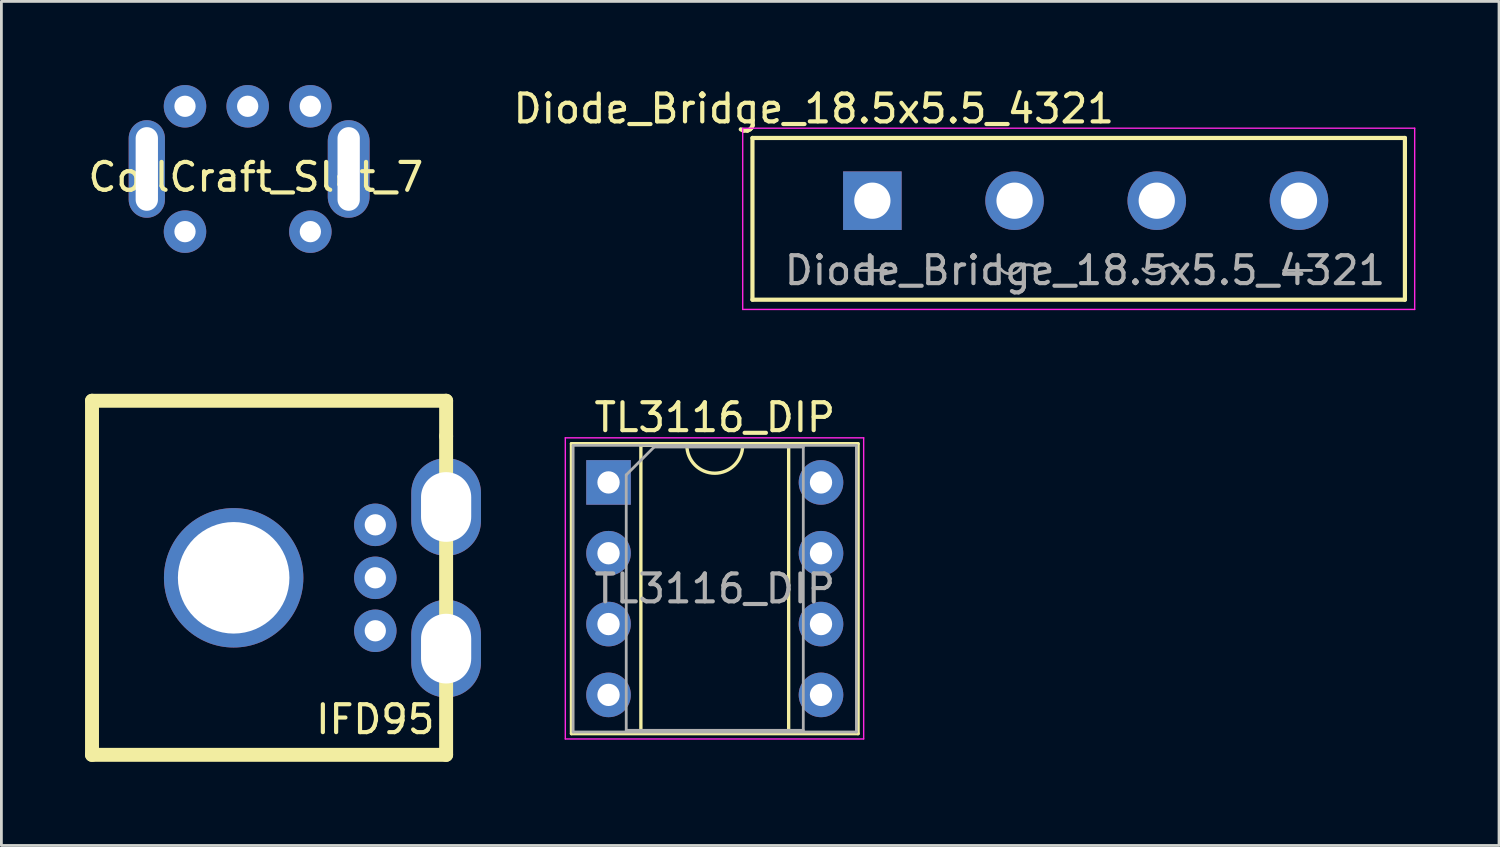
<source format=kicad_pcb>
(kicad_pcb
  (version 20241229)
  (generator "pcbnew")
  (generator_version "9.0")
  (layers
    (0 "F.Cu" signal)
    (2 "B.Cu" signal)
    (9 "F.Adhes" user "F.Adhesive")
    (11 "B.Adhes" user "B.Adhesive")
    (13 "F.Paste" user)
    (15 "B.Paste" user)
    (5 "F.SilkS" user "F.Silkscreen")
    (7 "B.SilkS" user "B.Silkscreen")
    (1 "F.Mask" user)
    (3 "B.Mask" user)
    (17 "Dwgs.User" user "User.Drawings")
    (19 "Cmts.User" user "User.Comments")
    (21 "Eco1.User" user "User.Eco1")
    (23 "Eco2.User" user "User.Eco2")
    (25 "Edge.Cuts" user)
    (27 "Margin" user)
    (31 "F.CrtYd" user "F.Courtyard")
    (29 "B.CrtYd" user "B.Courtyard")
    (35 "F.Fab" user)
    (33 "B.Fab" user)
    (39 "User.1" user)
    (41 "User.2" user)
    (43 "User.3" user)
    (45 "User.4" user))
  (footprint "CoilCraft_Slot_7"
    (layer "F.Cu")
    (at 6.125 3.302)
    (property "Reference" "CoilCraft_Slot_7" (at 0 0 0) (layer "F.SilkS") (effects (font (size 1 1) (thickness 0.15))))
    (attr through_hole)
    (pad "1" thru_hole circle (at -2.54 -2.54) (size 1.524 1.524) (drill 0.762) (layers "*.Cu" "*.Mask"))
    (pad "2" thru_hole circle (at -0.292 -2.54) (size 1.524 1.524) (drill 0.762) (layers "*.Cu" "*.Mask"))
    (pad "3" thru_hole circle (at 1.956 -2.54) (size 1.524 1.524) (drill 0.762) (layers "*.Cu" "*.Mask"))
    (pad "4" thru_hole circle (at -2.54 1.956) (size 1.524 1.524) (drill 0.762) (layers "*.Cu" "*.Mask"))
    (pad "5" thru_hole circle (at 1.956 1.956) (size 1.524 1.524) (drill 0.762) (layers "*.Cu" "*.Mask"))
    (pad "6" thru_hole oval (at -3.91 -0.292) (size 1.3 3.5) (drill oval 0.8 3) (layers "*.Cu" "*.Mask"))
    (pad "7" thru_hole oval (at 3.33 -0.292) (size 1.5 3.5) (drill oval 0.8 3) (layers "*.Cu" "*.Mask")))
  (footprint "TL3116_DIP"
    (layer "F.Cu")
    (at 18.775 14.252)
    (property "Reference" "TL3116_DIP" (at 3.81 -2.33 0) (layer "F.SilkS") (effects (font (size 1 1) (thickness 0.15))))
    (attr through_hole)
    (fp_line (start -1.33 -1.39) (end -1.33 9.01) (stroke (width 0.12) (type solid)) (layer "F.SilkS"))
    (fp_line (start -1.33 9.01) (end 8.95 9.01) (stroke (width 0.12) (type solid)) (layer "F.SilkS"))
    (fp_line (start 1.16 -1.33) (end 1.16 8.95) (stroke (width 0.12) (type solid)) (layer "F.SilkS"))
    (fp_line (start 1.16 8.95) (end 6.46 8.95) (stroke (width 0.12) (type solid)) (layer "F.SilkS"))
    (fp_line (start 2.81 -1.33) (end 1.16 -1.33) (stroke (width 0.12) (type solid)) (layer "F.SilkS"))
    (fp_line (start 6.46 -1.33) (end 4.81 -1.33) (stroke (width 0.12) (type solid)) (layer "F.SilkS"))
    (fp_line (start 6.46 8.95) (end 6.46 -1.33) (stroke (width 0.12) (type solid)) (layer "F.SilkS"))
    (fp_line (start 8.95 -1.39) (end -1.33 -1.39) (stroke (width 0.12) (type solid)) (layer "F.SilkS"))
    (fp_line (start 8.95 9.01) (end 8.95 -1.39) (stroke (width 0.12) (type solid)) (layer "F.SilkS"))
    (fp_arc (start 4.81 -1.33) (mid 3.81 -0.33) (end 2.81 -1.33) (stroke (width 0.12) (type solid)) (layer "F.SilkS"))
    (fp_line (start -1.55 -1.6) (end -1.55 9.2) (stroke (width 0.05) (type solid)) (layer "F.CrtYd"))
    (fp_line (start -1.55 9.2) (end 9.15 9.2) (stroke (width 0.05) (type solid)) (layer "F.CrtYd"))
    (fp_line (start 9.15 -1.6) (end -1.55 -1.6) (stroke (width 0.05) (type solid)) (layer "F.CrtYd"))
    (fp_line (start 9.15 9.2) (end 9.15 -1.6) (stroke (width 0.05) (type solid)) (layer "F.CrtYd"))
    (fp_line (start -1.27 -1.33) (end -1.27 8.95) (stroke (width 0.1) (type solid)) (layer "F.Fab"))
    (fp_line (start -1.27 8.95) (end 8.89 8.95) (stroke (width 0.1) (type solid)) (layer "F.Fab"))
    (fp_line (start 0.635 -0.27) (end 1.635 -1.27) (stroke (width 0.1) (type solid)) (layer "F.Fab"))
    (fp_line (start 0.635 8.89) (end 0.635 -0.27) (stroke (width 0.1) (type solid)) (layer "F.Fab"))
    (fp_line (start 1.635 -1.27) (end 6.985 -1.27) (stroke (width 0.1) (type solid)) (layer "F.Fab"))
    (fp_line (start 6.985 -1.27) (end 6.985 8.89) (stroke (width 0.1) (type solid)) (layer "F.Fab"))
    (fp_line (start 6.985 8.89) (end 0.635 8.89) (stroke (width 0.1) (type solid)) (layer "F.Fab"))
    (fp_line (start 8.89 -1.33) (end -1.27 -1.33) (stroke (width 0.1) (type solid)) (layer "F.Fab"))
    (fp_line (start 8.89 8.95) (end 8.89 -1.33) (stroke (width 0.1) (type solid)) (layer "F.Fab"))
    (fp_text user "${REFERENCE}" (at 3.81 3.81 0) (layer "F.Fab") (effects (font (size 1 1) (thickness 0.15))))
    (pad "1" thru_hole rect (at 0 0) (size 1.6 1.6) (drill 0.8) (layers "*.Cu" "*.Mask"))
    (pad "2" thru_hole oval (at 0 2.54) (size 1.6 1.6) (drill 0.8) (layers "*.Cu" "*.Mask"))
    (pad "3" thru_hole oval (at 0 5.08) (size 1.6 1.6) (drill 0.8) (layers "*.Cu" "*.Mask"))
    (pad "4" thru_hole oval (at 0 7.62) (size 1.6 1.6) (drill 0.8) (layers "*.Cu" "*.Mask"))
    (pad "5" thru_hole oval (at 7.62 7.62) (size 1.6 1.6) (drill 0.8) (layers "*.Cu" "*.Mask"))
    (pad "6" thru_hole oval (at 7.62 5.08) (size 1.6 1.6) (drill 0.8) (layers "*.Cu" "*.Mask"))
    (pad "7" thru_hole oval (at 7.62 2.54) (size 1.6 1.6) (drill 0.8) (layers "*.Cu" "*.Mask"))
    (pad "8" thru_hole oval (at 7.62 0) (size 1.6 1.6) (drill 0.8) (layers "*.Cu" "*.Mask")))
  (footprint "IFD95"
    (layer "F.Cu")
    (at 10.41 17.673)
    (property "Reference" "IFD95" (at 0 5.08 0) (layer "F.SilkS") (effects (font (size 1 1) (thickness 0.15))))
    (attr through_hole)
    (fp_line (start -10.16 6.35) (end -10.16 -6.35) (stroke (width 0.5) (type solid)) (layer "F.SilkS"))
    (fp_line (start -5.08 0) (end -3.81 0) (stroke (width 0.5) (type solid)) (layer "F.SilkS"))
    (fp_line (start -3.81 0) (end -5.08 -1.27) (stroke (width 0.5) (type solid)) (layer "F.SilkS"))
    (fp_line (start -3.81 0) (end -5.08 1.27) (stroke (width 0.5) (type solid)) (layer "F.SilkS"))
    (fp_line (start 2.54 -6.35) (end -10.16 -6.35) (stroke (width 0.5) (type solid)) (layer "F.SilkS"))
    (fp_line (start 2.54 -6.35) (end 2.54 -5.08) (stroke (width 0.5) (type solid)) (layer "F.SilkS"))
    (fp_line (start 2.54 -5.08) (end 2.54 6.35) (stroke (width 0.5) (type solid)) (layer "F.SilkS"))
    (fp_line (start 2.54 6.35) (end -10.16 6.35) (stroke (width 0.5) (type solid)) (layer "F.SilkS"))
    (pad "1" thru_hole circle (at 0 1.9) (size 1.524 1.524) (drill 0.762) (layers "*.Cu" "*.Mask"))
    (pad "2" thru_hole circle (at 0 0) (size 1.524 1.524) (drill 0.762) (layers "*.Cu" "*.Mask"))
    (pad "3" thru_hole circle (at 0 -1.9) (size 1.524 1.524) (drill 0.762) (layers "*.Cu" "*.Mask"))
    (pad "4" thru_hole oval (at 2.54 -2.54) (size 2.5 3.5) (drill oval 1.8 2.5) (layers "*.Cu" "*.Mask"))
    (pad "4" thru_hole oval (at 2.54 2.54) (size 2.5 3.5) (drill oval 1.8 2.5) (layers "*.Cu" "*.Mask"))
    (pad "5" thru_hole oval (at -5.08 0) (size 5 5) (drill oval 4) (layers "*.Cu" "*.Mask")))
  (footprint "Diode_Bridge_18.5x5.5_4321"
    (layer "F.Cu")
    (at 43.537 4.148)
    (property "Reference" "Diode_Bridge_18.5x5.5_4321" (at -17.4 -3.3 0) (layer "F.SilkS") (effects (font (size 1 1) (thickness 0.15))))
    (attr through_hole)
    (fp_line (start -19.6 -2.25) (end 3.8 -2.25) (stroke (width 0.15) (type solid)) (layer "F.SilkS"))
    (fp_line (start -19.6 3.55) (end -19.6 -2.25) (stroke (width 0.15) (type solid)) (layer "F.SilkS"))
    (fp_line (start 3.8 -2.25) (end 3.8 3.55) (stroke (width 0.15) (type solid)) (layer "F.SilkS"))
    (fp_line (start 3.8 3.55) (end -19.6 3.55) (stroke (width 0.15) (type solid)) (layer "F.SilkS"))
    (fp_line (start -19.95 -2.6) (end 4.15 -2.6) (stroke (width 0.05) (type solid)) (layer "F.CrtYd"))
    (fp_line (start -19.95 3.9) (end -19.95 -2.6) (stroke (width 0.05) (type solid)) (layer "F.CrtYd"))
    (fp_line (start 4.15 -2.6) (end 4.15 3.9) (stroke (width 0.05) (type solid)) (layer "F.CrtYd"))
    (fp_line (start 4.15 3.9) (end -19.95 3.9) (stroke (width 0.05) (type solid)) (layer "F.CrtYd"))
    (fp_line (start -15.8 2.5) (end -14.8 2.5) (stroke (width 0.1) (type solid)) (layer "F.Fab"))
    (fp_line (start -15.3 2) (end -15.3 3) (stroke (width 0.1) (type solid)) (layer "F.Fab"))
    (fp_line (start -0.55 2.5) (end 0.45 2.5) (stroke (width 0.1) (type solid)) (layer "F.Fab"))
    (fp_arc (start -10.05 2.5) (mid -10.386977 2.62265) (end -10.697537 2.443348) (stroke (width 0.1) (type solid)) (layer "F.Fab"))
    (fp_arc (start -10.05 2.5) (mid -9.771767 2.303327) (end -9.442262 2.390047) (stroke (width 0.1) (type solid)) (layer "F.Fab"))
    (fp_arc (start -4.95 2.5) (mid -5.286977 2.62265) (end -5.597537 2.443348) (stroke (width 0.1) (type solid)) (layer "F.Fab"))
    (fp_arc (start -4.95 2.5) (mid -4.671767 2.303327) (end -4.342262 2.390047) (stroke (width 0.1) (type solid)) (layer "F.Fab"))
    (fp_text user "${REFERENCE}" (at -7.675 2.5 0) (layer "F.Fab") (effects (font (size 1 1) (thickness 0.15))))
    (pad "1" thru_hole circle (at 0 0) (size 2.1 2.1) (drill 1.3) (layers "*.Cu" "*.Mask"))
    (pad "2" thru_hole circle (at -5.1 0) (size 2.1 2.1) (drill 1.3) (layers "*.Cu" "*.Mask"))
    (pad "3" thru_hole circle (at -10.2 0) (size 2.1 2.1) (drill 1.3) (layers "*.Cu" "*.Mask"))
    (pad "4" thru_hole rect (at -15.3 0) (size 2.1 2.1) (drill 1.3) (layers "*.Cu" "*.Mask")))
  (gr_rect
    (start -3 -3)
    (end 50.712 27.273)
    (stroke (width 0.1) (type default))
    (fill no)
    (layer "Edge.Cuts")))
</source>
